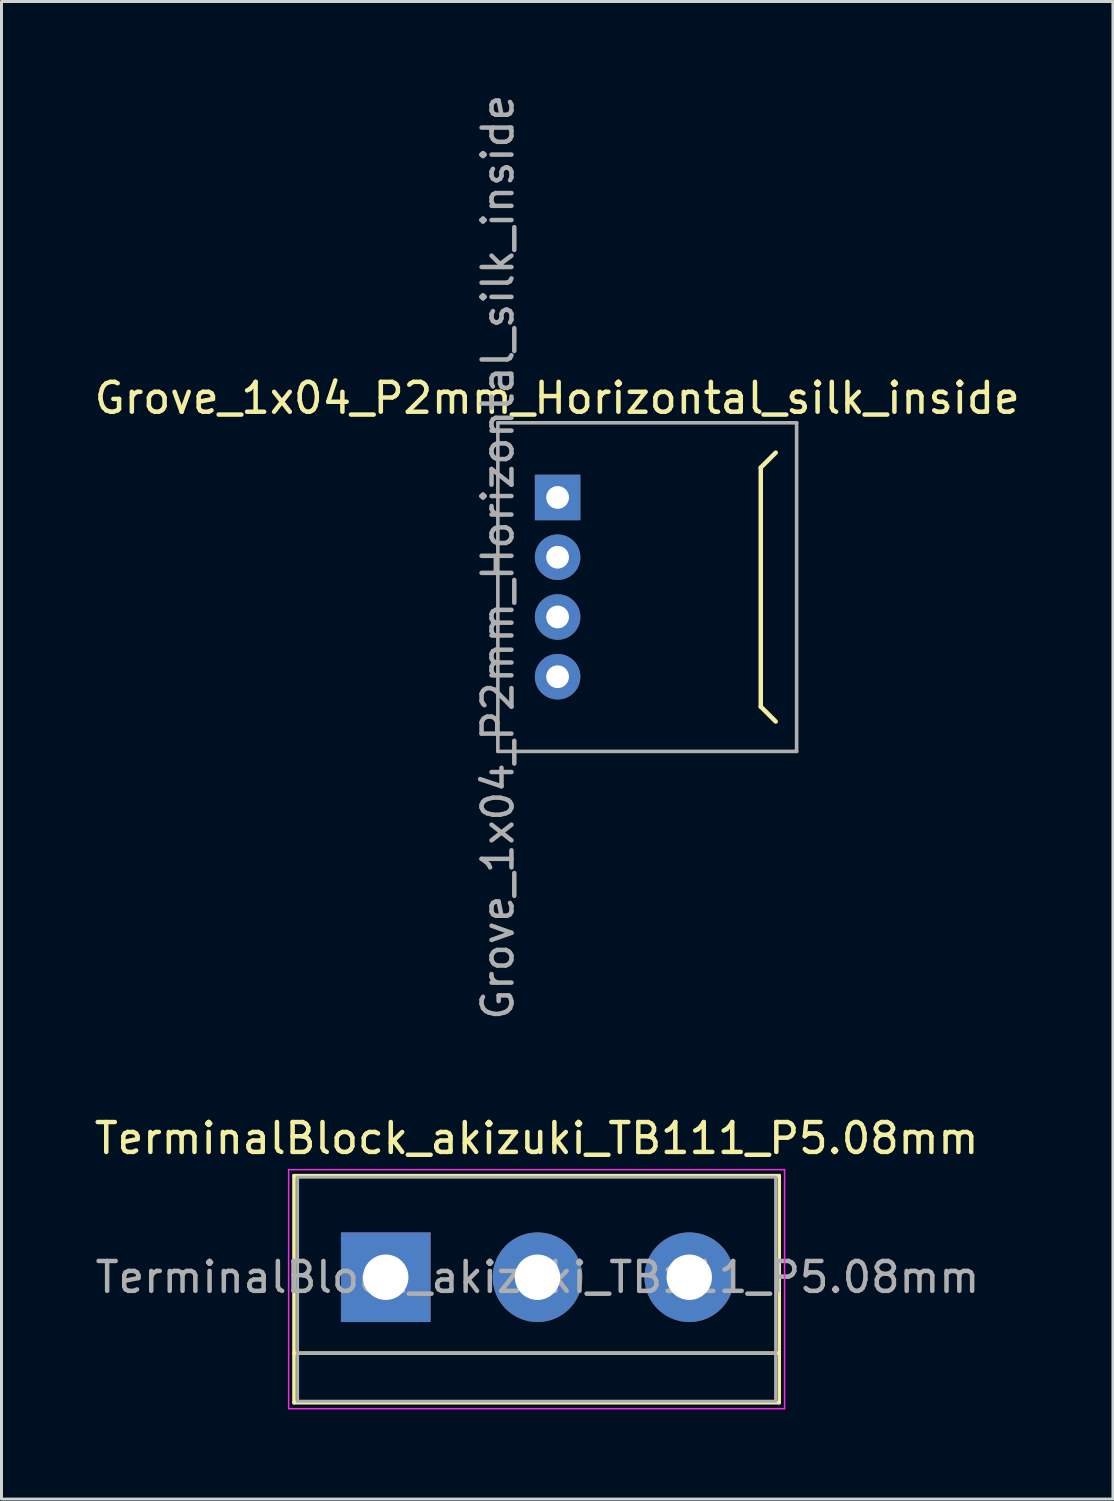
<source format=kicad_pcb>
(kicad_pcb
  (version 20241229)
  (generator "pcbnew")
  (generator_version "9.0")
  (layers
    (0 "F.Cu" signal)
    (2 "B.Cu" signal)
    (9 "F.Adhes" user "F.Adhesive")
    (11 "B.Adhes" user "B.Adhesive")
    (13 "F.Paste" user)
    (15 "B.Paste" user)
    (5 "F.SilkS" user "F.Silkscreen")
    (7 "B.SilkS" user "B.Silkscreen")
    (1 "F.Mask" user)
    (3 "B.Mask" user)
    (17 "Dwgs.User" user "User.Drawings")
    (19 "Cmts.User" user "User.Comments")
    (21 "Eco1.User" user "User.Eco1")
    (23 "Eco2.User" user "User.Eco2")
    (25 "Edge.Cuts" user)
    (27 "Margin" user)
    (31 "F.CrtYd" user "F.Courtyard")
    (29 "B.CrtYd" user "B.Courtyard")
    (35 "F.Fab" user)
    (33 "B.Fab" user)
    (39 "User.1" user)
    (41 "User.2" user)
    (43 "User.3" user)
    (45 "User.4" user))
  (footprint "TerminalBlock_akizuki_TB111_P5.08mm"
    (layer "F.Cu")
    (at 14.911 39.701)
    (property "Reference" "TerminalBlock_akizuki_TB111_P5.08mm" (at 0 -4.65 0) (layer "F.SilkS") (effects (font (size 1 1) (thickness 0.15))))
    (attr through_hole)
    (fp_line (start -8.12 -3.4) (end 8.12 -3.4) (stroke (width 0.12) (type solid)) (layer "F.SilkS"))
    (fp_line (start -8.12 2.54) (end 8.12 2.54) (stroke (width 0.12) (type solid)) (layer "F.SilkS"))
    (fp_line (start -8.12 4.2) (end -8.12 -3.4) (stroke (width 0.12) (type solid)) (layer "F.SilkS"))
    (fp_line (start -8.12 4.2) (end 8.12 4.2) (stroke (width 0.12) (type solid)) (layer "F.SilkS"))
    (fp_line (start 8.12 4.2) (end 8.12 -3.4) (stroke (width 0.12) (type solid)) (layer "F.SilkS"))
    (fp_line (start -8.3 -3.6) (end -8.3 4.4) (stroke (width 0.05) (type solid)) (layer "F.CrtYd"))
    (fp_line (start -8.3 -3.6) (end 8.3 -3.6) (stroke (width 0.05) (type solid)) (layer "F.CrtYd"))
    (fp_line (start 8.3 4.4) (end -8.3 4.4) (stroke (width 0.05) (type solid)) (layer "F.CrtYd"))
    (fp_line (start 8.3 4.4) (end 8.3 -3.6) (stroke (width 0.05) (type solid)) (layer "F.CrtYd"))
    (fp_line (start -8 -3.35) (end 8 -3.35) (stroke (width 0.1) (type solid)) (layer "F.Fab"))
    (fp_line (start -8 2.55) (end 8 2.55) (stroke (width 0.1) (type solid)) (layer "F.Fab"))
    (fp_line (start -8 4.15) (end -8 -3.35) (stroke (width 0.1) (type solid)) (layer "F.Fab"))
    (fp_line (start 8 -3.35) (end 8 4.15) (stroke (width 0.1) (type solid)) (layer "F.Fab"))
    (fp_line (start 8 4.15) (end -8 4.15) (stroke (width 0.1) (type solid)) (layer "F.Fab"))
    (fp_text user "${REFERENCE}" (at 0.03 0 0) (layer "F.Fab") (effects (font (size 1 1) (thickness 0.15))))
    (pad "1" thru_hole rect (at -5.05 0) (size 3 3) (drill 1.52) (layers "*.Cu" "*.Mask"))
    (pad "2" thru_hole circle (at 0.03 0) (size 3 3) (drill 1.52) (layers "*.Cu" "*.Mask"))
    (pad "3" thru_hole circle (at 5.11 0) (size 3 3) (drill 1.52) (layers "*.Cu" "*.Mask")))
  (footprint "Grove_1x04_P2mm_Horizontal_silk_inside"
    (layer "F.Cu")
    (at 15.614 16.601)
    (property "Reference" "Grove_1x04_P2mm_Horizontal_silk_inside" (at -0.013 -6.325 0) (layer "F.SilkS") (effects (font (size 1 1) (thickness 0.15))))
    (attr through_hole)
    (fp_line (start 6.8 -4) (end 6.8 4) (stroke (width 0.15) (type solid)) (layer "F.SilkS"))
    (fp_line (start 6.8 4) (end 7.3 4.5) (stroke (width 0.15) (type solid)) (layer "F.SilkS"))
    (fp_line (start 7.3 -4.5) (end 6.8 -4) (stroke (width 0.15) (type solid)) (layer "F.SilkS"))
    (fp_line (start -2 -5.5) (end -2 5.5) (stroke (width 0.12) (type solid)) (layer "F.Fab"))
    (fp_line (start -2 -5.5) (end 8 -5.5) (stroke (width 0.12) (type solid)) (layer "F.Fab"))
    (fp_line (start -2 5.5) (end 8 5.5) (stroke (width 0.12) (type solid)) (layer "F.Fab"))
    (fp_line (start 8 -5.5) (end 8 5.5) (stroke (width 0.12) (type solid)) (layer "F.Fab"))
    (fp_text user "${REFERENCE}" (at -2 -1 90) (layer "F.Fab") (effects (font (size 1 1) (thickness 0.15))))
    (pad "1" thru_hole rect (at 0 -3) (size 1.524 1.524) (drill 0.762) (layers "*.Cu" "*.Mask"))
    (pad "2" thru_hole circle (at 0 -1) (size 1.524 1.524) (drill 0.762) (layers "*.Cu" "*.Mask"))
    (pad "3" thru_hole circle (at 0 1) (size 1.524 1.524) (drill 0.762) (layers "*.Cu" "*.Mask"))
    (pad "4" thru_hole circle (at 0 3) (size 1.524 1.524) (drill 0.762) (layers "*.Cu" "*.Mask")))
  (gr_rect
    (start -3 -3)
    (end 34.202 47.126)
    (stroke (width 0.1) (type default))
    (fill no)
    (layer "Edge.Cuts")))
</source>
